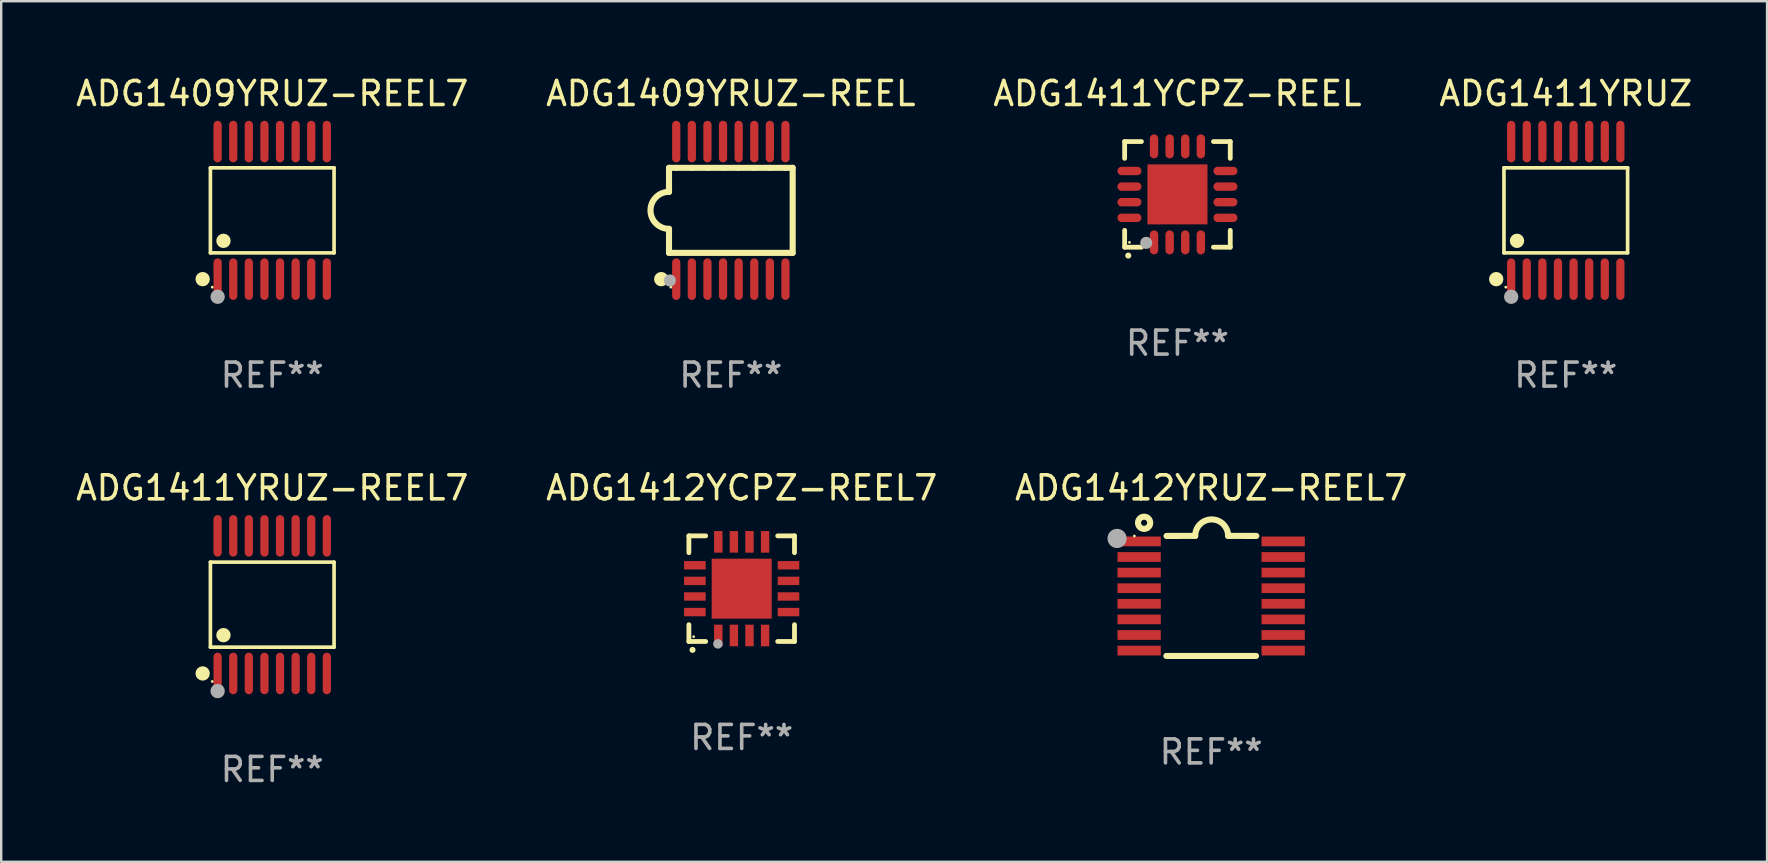
<source format=kicad_pcb>
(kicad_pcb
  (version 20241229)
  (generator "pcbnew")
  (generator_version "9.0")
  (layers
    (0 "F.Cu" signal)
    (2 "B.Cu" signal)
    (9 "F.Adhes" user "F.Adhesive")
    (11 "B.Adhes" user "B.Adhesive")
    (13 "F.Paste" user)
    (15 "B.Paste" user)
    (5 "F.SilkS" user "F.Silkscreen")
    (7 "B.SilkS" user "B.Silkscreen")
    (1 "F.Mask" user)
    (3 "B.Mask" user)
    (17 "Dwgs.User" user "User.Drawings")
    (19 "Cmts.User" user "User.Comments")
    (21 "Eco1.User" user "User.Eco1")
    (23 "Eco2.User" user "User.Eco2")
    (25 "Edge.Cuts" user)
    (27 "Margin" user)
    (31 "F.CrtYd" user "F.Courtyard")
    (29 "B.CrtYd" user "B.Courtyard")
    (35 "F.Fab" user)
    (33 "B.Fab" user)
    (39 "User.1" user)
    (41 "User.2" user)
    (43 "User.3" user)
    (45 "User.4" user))
  (footprint "ADG1412YRUZ-REEL7"
    (layer "F.Cu")
    (at 47.411 21.778)
    (property "Reference" "ADG1412YRUZ-REEL7" (at 0 -4.501 0) (layer "F.SilkS") (effects (font (size 1 1) (thickness 0.15))))
    (attr through_hole)
    (fp_line (start -1.868 2.501) (end 1.868 2.501) (stroke (width 0.254) (type solid)) (layer "F.SilkS"))
    (fp_line (start -1.86 -2.499) (end -0.666 -2.501) (stroke (width 0.254) (type solid)) (layer "F.SilkS"))
    (fp_line (start 0.706 -2.501) (end 1.88 -2.499) (stroke (width 0.254) (type solid)) (layer "F.SilkS"))
    (fp_arc (start -0.665914 -2.501448) (mid 0.019888 -3.18725) (end 0.70569 -2.501448) (stroke (width 0.254001) (type solid)) (layer "F.SilkS"))
    (fp_circle (center -3.2 -2.497) (end -3.17 -2.497) (stroke (width 0.06) (type solid)) (fill no) (layer "F.SilkS"))
    (fp_circle (center -2.794 -3.047) (end -2.54 -3.047) (stroke (width 0.254) (type solid)) (fill no) (layer "F.SilkS"))
    (fp_circle (center -3.921 -2.395) (end -3.721 -2.395) (stroke (width 0.4) (type solid)) (fill no) (layer "F.Fab"))
    (fp_text user "REF**" (at 0 6.501 0) (layer "F.Fab") (effects (font (size 1 1) (thickness 0.15))))
    (pad "1" smd rect (at -3 -2.272) (size 1.803 0.406) (layers "F.Cu" "F.Mask" "F.Paste"))
    (pad "2" smd rect (at -3 -1.622) (size 1.803 0.406) (layers "F.Cu" "F.Mask" "F.Paste"))
    (pad "3" smd rect (at -3 -0.972) (size 1.803 0.406) (layers "F.Cu" "F.Mask" "F.Paste"))
    (pad "4" smd rect (at -3 -0.322) (size 1.803 0.406) (layers "F.Cu" "F.Mask" "F.Paste"))
    (pad "5" smd rect (at -3 0.328) (size 1.803 0.406) (layers "F.Cu" "F.Mask" "F.Paste"))
    (pad "6" smd rect (at -3 0.978) (size 1.803 0.406) (layers "F.Cu" "F.Mask" "F.Paste"))
    (pad "7" smd rect (at -3 1.628) (size 1.803 0.406) (layers "F.Cu" "F.Mask" "F.Paste"))
    (pad "8" smd rect (at -3 2.278) (size 1.803 0.406) (layers "F.Cu" "F.Mask" "F.Paste"))
    (pad "9" smd rect (at 3 2.278) (size 1.803 0.406) (layers "F.Cu" "F.Mask" "F.Paste"))
    (pad "10" smd rect (at 3 1.628) (size 1.803 0.406) (layers "F.Cu" "F.Mask" "F.Paste"))
    (pad "11" smd rect (at 3 0.978) (size 1.803 0.406) (layers "F.Cu" "F.Mask" "F.Paste"))
    (pad "12" smd rect (at 3 0.328) (size 1.803 0.406) (layers "F.Cu" "F.Mask" "F.Paste"))
    (pad "13" smd rect (at 3 -0.322) (size 1.803 0.406) (layers "F.Cu" "F.Mask" "F.Paste"))
    (pad "14" smd rect (at 3 -0.972) (size 1.803 0.406) (layers "F.Cu" "F.Mask" "F.Paste"))
    (pad "15" smd rect (at 3 -1.622) (size 1.803 0.406) (layers "F.Cu" "F.Mask" "F.Paste"))
    (pad "16" smd rect (at 3 -2.272) (size 1.803 0.406) (layers "F.Cu" "F.Mask" "F.Paste")))
  (footprint "ADG1412YCPZ-REEL7"
    (layer "F.Cu")
    (at 27.851 21.476)
    (property "Reference" "ADG1412YCPZ-REEL7" (at 0 -4.2 0) (layer "F.SilkS") (effects (font (size 1 1) (thickness 0.15))))
    (attr through_hole)
    (fp_line (start -2.2 -2.2) (end -1.5 -2.2) (stroke (width 0.2) (type solid)) (layer "F.SilkS"))
    (fp_line (start -2.2 -1.5) (end -2.2 -2.2) (stroke (width 0.2) (type solid)) (layer "F.SilkS"))
    (fp_line (start -2.2 2.2) (end -2.2 1.5) (stroke (width 0.2) (type solid)) (layer "F.SilkS"))
    (fp_line (start -1.5 2.2) (end -2.2 2.2) (stroke (width 0.2) (type solid)) (layer "F.SilkS"))
    (fp_line (start 1.5 2.2) (end 2.2 2.2) (stroke (width 0.2) (type solid)) (layer "F.SilkS"))
    (fp_line (start 2.2 -2.2) (end 1.5 -2.2) (stroke (width 0.2) (type solid)) (layer "F.SilkS"))
    (fp_line (start 2.2 -1.5) (end 2.2 -2.2) (stroke (width 0.2) (type solid)) (layer "F.SilkS"))
    (fp_line (start 2.2 2.2) (end 2.2 1.5) (stroke (width 0.2) (type solid)) (layer "F.SilkS"))
    (fp_arc (start -2.049784 2.550165) (mid -2.048514 2.550159) (end -2.047244 2.550165) (stroke (width 0.25) (type solid)) (layer "F.SilkS"))
    (fp_circle (center -2 2) (end -1.97 2) (stroke (width 0.06) (type solid)) (fill no) (layer "F.SilkS"))
    (fp_circle (center -0.99 2.3) (end -0.89 2.3) (stroke (width 0.2) (type solid)) (fill no) (layer "F.Fab"))
    (fp_text user "REF**" (at 0 6.2 0) (layer "F.Fab") (effects (font (size 1 1) (thickness 0.15))))
    (pad "1" smd rect (at -0.975 1.95 180) (size 0.35 0.9) (layers "F.Cu" "F.Mask" "F.Paste"))
    (pad "2" smd rect (at -0.325 1.95 180) (size 0.35 0.9) (layers "F.Cu" "F.Mask" "F.Paste"))
    (pad "3" smd rect (at 0.325 1.95 180) (size 0.35 0.9) (layers "F.Cu" "F.Mask" "F.Paste"))
    (pad "4" smd rect (at 0.975 1.95 180) (size 0.35 0.9) (layers "F.Cu" "F.Mask" "F.Paste"))
    (pad "5" smd rect (at 1.95 0.975 90) (size 0.35 0.9) (layers "F.Cu" "F.Mask" "F.Paste"))
    (pad "6" smd rect (at 1.95 0.325 90) (size 0.35 0.9) (layers "F.Cu" "F.Mask" "F.Paste"))
    (pad "7" smd rect (at 1.95 -0.325 90) (size 0.35 0.9) (layers "F.Cu" "F.Mask" "F.Paste"))
    (pad "8" smd rect (at 1.95 -0.975 90) (size 0.35 0.9) (layers "F.Cu" "F.Mask" "F.Paste"))
    (pad "9" smd rect (at 0.975 -1.95 180) (size 0.35 0.9) (layers "F.Cu" "F.Mask" "F.Paste"))
    (pad "10" smd rect (at 0.325 -1.95 180) (size 0.35 0.9) (layers "F.Cu" "F.Mask" "F.Paste"))
    (pad "11" smd rect (at -0.325 -1.95 180) (size 0.35 0.9) (layers "F.Cu" "F.Mask" "F.Paste"))
    (pad "12" smd rect (at -0.975 -1.95 180) (size 0.35 0.9) (layers "F.Cu" "F.Mask" "F.Paste"))
    (pad "13" smd rect (at -1.95 -0.975 90) (size 0.35 0.9) (layers "F.Cu" "F.Mask" "F.Paste"))
    (pad "14" smd rect (at -1.95 -0.325 90) (size 0.35 0.9) (layers "F.Cu" "F.Mask" "F.Paste"))
    (pad "15" smd rect (at -1.95 0.325 90) (size 0.35 0.9) (layers "F.Cu" "F.Mask" "F.Paste"))
    (pad "16" smd rect (at -1.95 0.975 90) (size 0.35 0.9) (layers "F.Cu" "F.Mask" "F.Paste"))
    (pad "17" smd rect (at 0.000051 0.000051 90) (size 2.5 2.5) (layers "F.Cu" "F.Mask" "F.Paste")))
  (footprint "ADG1411YRUZ-REEL7"
    (layer "F.Cu")
    (at 8.292 22.142)
    (property "Reference" "ADG1411YRUZ-REEL7" (at 0 -4.866 0) (layer "F.SilkS") (effects (font (size 1 1) (thickness 0.15))))
    (attr through_hole)
    (fp_line (start -2.576 -1.772) (end 2.576 -1.772) (stroke (width 0.152) (type solid)) (layer "F.SilkS"))
    (fp_line (start -2.576 1.771) (end -2.576 -1.772) (stroke (width 0.152) (type solid)) (layer "F.SilkS"))
    (fp_line (start 2.576 -1.772) (end 2.576 1.771) (stroke (width 0.152) (type solid)) (layer "F.SilkS"))
    (fp_line (start 2.576 1.771) (end -2.576 1.771) (stroke (width 0.152) (type solid)) (layer "F.SilkS"))
    (fp_circle (center -2.899 2.866) (end -2.749 2.866) (stroke (width 0.3) (type solid)) (fill no) (layer "F.SilkS"))
    (fp_circle (center -2.5 3.2) (end -2.47 3.2) (stroke (width 0.06) (type solid)) (fill no) (layer "F.SilkS"))
    (fp_circle (center -2.032 1.27) (end -1.882 1.27) (stroke (width 0.3) (type solid)) (fill no) (layer "F.SilkS"))
    (fp_circle (center -2.275 3.6) (end -2.125 3.6) (stroke (width 0.3) (type solid)) (fill no) (layer "F.Fab"))
    (fp_text user "REF**" (at 0 6.866 0) (layer "F.Fab") (effects (font (size 1 1) (thickness 0.15))))
    (pad "1" smd oval (at -2.275 2.866) (size 0.343 1.731) (layers "F.Cu" "F.Mask" "F.Paste"))
    (pad "2" smd oval (at -1.625 2.866) (size 0.343 1.731) (layers "F.Cu" "F.Mask" "F.Paste"))
    (pad "3" smd oval (at -0.975 2.866) (size 0.343 1.731) (layers "F.Cu" "F.Mask" "F.Paste"))
    (pad "4" smd oval (at -0.325 2.866) (size 0.343 1.731) (layers "F.Cu" "F.Mask" "F.Paste"))
    (pad "5" smd oval (at 0.325 2.866) (size 0.343 1.731) (layers "F.Cu" "F.Mask" "F.Paste"))
    (pad "6" smd oval (at 0.975 2.866) (size 0.343 1.731) (layers "F.Cu" "F.Mask" "F.Paste"))
    (pad "7" smd oval (at 1.625 2.866) (size 0.343 1.731) (layers "F.Cu" "F.Mask" "F.Paste"))
    (pad "8" smd oval (at 2.275 2.866) (size 0.343 1.731) (layers "F.Cu" "F.Mask" "F.Paste"))
    (pad "9" smd oval (at 2.275 -2.866) (size 0.343 1.731) (layers "F.Cu" "F.Mask" "F.Paste"))
    (pad "10" smd oval (at 1.625 -2.866) (size 0.343 1.731) (layers "F.Cu" "F.Mask" "F.Paste"))
    (pad "11" smd oval (at 0.975 -2.866) (size 0.343 1.731) (layers "F.Cu" "F.Mask" "F.Paste"))
    (pad "12" smd oval (at 0.325 -2.866) (size 0.343 1.731) (layers "F.Cu" "F.Mask" "F.Paste"))
    (pad "13" smd oval (at -0.325 -2.866) (size 0.343 1.731) (layers "F.Cu" "F.Mask" "F.Paste"))
    (pad "14" smd oval (at -0.975 -2.866) (size 0.343 1.731) (layers "F.Cu" "F.Mask" "F.Paste"))
    (pad "15" smd oval (at -1.625 -2.866) (size 0.343 1.731) (layers "F.Cu" "F.Mask" "F.Paste"))
    (pad "16" smd oval (at -2.275 -2.866) (size 0.343 1.731) (layers "F.Cu" "F.Mask" "F.Paste")))
  (footprint "ADG1411YCPZ-REEL"
    (layer "F.Cu")
    (at 46.006 5.048)
    (property "Reference" "ADG1411YCPZ-REEL" (at 0 -4.2 0) (layer "F.SilkS") (effects (font (size 1 1) (thickness 0.15))))
    (attr through_hole)
    (fp_line (start -2.2 -2.2) (end -1.5 -2.2) (stroke (width 0.2) (type solid)) (layer "F.SilkS"))
    (fp_line (start -2.2 -1.5) (end -2.2 -2.2) (stroke (width 0.2) (type solid)) (layer "F.SilkS"))
    (fp_line (start -2.2 2.2) (end -2.2 1.5) (stroke (width 0.2) (type solid)) (layer "F.SilkS"))
    (fp_line (start -1.5 2.2) (end -2.2 2.2) (stroke (width 0.2) (type solid)) (layer "F.SilkS"))
    (fp_line (start 1.5 2.2) (end 2.2 2.2) (stroke (width 0.2) (type solid)) (layer "F.SilkS"))
    (fp_line (start 2.2 -2.2) (end 1.5 -2.2) (stroke (width 0.2) (type solid)) (layer "F.SilkS"))
    (fp_line (start 2.2 -1.5) (end 2.2 -2.2) (stroke (width 0.2) (type solid)) (layer "F.SilkS"))
    (fp_line (start 2.2 2.2) (end 2.2 1.5) (stroke (width 0.2) (type solid)) (layer "F.SilkS"))
    (fp_arc (start -2.049784 2.550165) (mid -2.048514 2.550159) (end -2.047244 2.550165) (stroke (width 0.25) (type solid)) (layer "F.SilkS"))
    (fp_circle (center -2 2) (end -1.97 2) (stroke (width 0.06) (type solid)) (fill no) (layer "F.SilkS"))
    (fp_circle (center -1.3 2.02) (end -1.173 2.02) (stroke (width 0.254) (type solid)) (fill no) (layer "F.Fab"))
    (fp_text user "REF**" (at 0 6.2 0) (layer "F.Fab") (effects (font (size 1 1) (thickness 0.15))))
    (pad "1" smd oval (at -0.975 2 180) (size 0.35 1) (layers "F.Cu" "F.Mask" "F.Paste"))
    (pad "2" smd oval (at -0.325 2 180) (size 0.35 1) (layers "F.Cu" "F.Mask" "F.Paste"))
    (pad "3" smd oval (at 0.325 2 180) (size 0.35 1) (layers "F.Cu" "F.Mask" "F.Paste"))
    (pad "4" smd oval (at 0.975 2 180) (size 0.35 1) (layers "F.Cu" "F.Mask" "F.Paste"))
    (pad "5" smd oval (at 2 0.975 90) (size 0.35 1) (layers "F.Cu" "F.Mask" "F.Paste"))
    (pad "6" smd oval (at 2 0.325 90) (size 0.35 1) (layers "F.Cu" "F.Mask" "F.Paste"))
    (pad "7" smd oval (at 2 -0.325 90) (size 0.35 1) (layers "F.Cu" "F.Mask" "F.Paste"))
    (pad "8" smd oval (at 2 -0.975 90) (size 0.35 1) (layers "F.Cu" "F.Mask" "F.Paste"))
    (pad "9" smd oval (at 0.975 -2 180) (size 0.35 1) (layers "F.Cu" "F.Mask" "F.Paste"))
    (pad "10" smd oval (at 0.325 -2 180) (size 0.35 1) (layers "F.Cu" "F.Mask" "F.Paste"))
    (pad "11" smd oval (at -0.325 -2 180) (size 0.35 1) (layers "F.Cu" "F.Mask" "F.Paste"))
    (pad "12" smd oval (at -0.975 -2 180) (size 0.35 1) (layers "F.Cu" "F.Mask" "F.Paste"))
    (pad "13" smd oval (at -2 -0.975 90) (size 0.35 1) (layers "F.Cu" "F.Mask" "F.Paste"))
    (pad "14" smd oval (at -2 -0.325 90) (size 0.35 1) (layers "F.Cu" "F.Mask" "F.Paste"))
    (pad "15" smd oval (at -2 0.325 90) (size 0.35 1) (layers "F.Cu" "F.Mask" "F.Paste"))
    (pad "16" smd oval (at -2 0.975 90) (size 0.35 1) (layers "F.Cu" "F.Mask" "F.Paste"))
    (pad "17" smd rect (at 0.000051 0.000051 90) (size 2.5 2.5) (layers "F.Cu" "F.Mask" "F.Paste")))
  (footprint "ADG1409YRUZ-REEL7"
    (layer "F.Cu")
    (at 8.292 5.714)
    (property "Reference" "ADG1409YRUZ-REEL7" (at 0 -4.866 0) (layer "F.SilkS") (effects (font (size 1 1) (thickness 0.15))))
    (attr through_hole)
    (fp_line (start -2.576 -1.772) (end 2.576 -1.772) (stroke (width 0.152) (type solid)) (layer "F.SilkS"))
    (fp_line (start -2.576 1.771) (end -2.576 -1.772) (stroke (width 0.152) (type solid)) (layer "F.SilkS"))
    (fp_line (start 2.576 -1.772) (end 2.576 1.771) (stroke (width 0.152) (type solid)) (layer "F.SilkS"))
    (fp_line (start 2.576 1.771) (end -2.576 1.771) (stroke (width 0.152) (type solid)) (layer "F.SilkS"))
    (fp_circle (center -2.899 2.866) (end -2.749 2.866) (stroke (width 0.3) (type solid)) (fill no) (layer "F.SilkS"))
    (fp_circle (center -2.5 3.2) (end -2.47 3.2) (stroke (width 0.06) (type solid)) (fill no) (layer "F.SilkS"))
    (fp_circle (center -2.032 1.27) (end -1.882 1.27) (stroke (width 0.3) (type solid)) (fill no) (layer "F.SilkS"))
    (fp_circle (center -2.275 3.6) (end -2.125 3.6) (stroke (width 0.3) (type solid)) (fill no) (layer "F.Fab"))
    (fp_text user "REF**" (at 0 6.866 0) (layer "F.Fab") (effects (font (size 1 1) (thickness 0.15))))
    (pad "1" smd oval (at -2.275 2.866) (size 0.343 1.731) (layers "F.Cu" "F.Mask" "F.Paste"))
    (pad "2" smd oval (at -1.625 2.866) (size 0.343 1.731) (layers "F.Cu" "F.Mask" "F.Paste"))
    (pad "3" smd oval (at -0.975 2.866) (size 0.343 1.731) (layers "F.Cu" "F.Mask" "F.Paste"))
    (pad "4" smd oval (at -0.325 2.866) (size 0.343 1.731) (layers "F.Cu" "F.Mask" "F.Paste"))
    (pad "5" smd oval (at 0.325 2.866) (size 0.343 1.731) (layers "F.Cu" "F.Mask" "F.Paste"))
    (pad "6" smd oval (at 0.975 2.866) (size 0.343 1.731) (layers "F.Cu" "F.Mask" "F.Paste"))
    (pad "7" smd oval (at 1.625 2.866) (size 0.343 1.731) (layers "F.Cu" "F.Mask" "F.Paste"))
    (pad "8" smd oval (at 2.275 2.866) (size 0.343 1.731) (layers "F.Cu" "F.Mask" "F.Paste"))
    (pad "9" smd oval (at 2.275 -2.866) (size 0.343 1.731) (layers "F.Cu" "F.Mask" "F.Paste"))
    (pad "10" smd oval (at 1.625 -2.866) (size 0.343 1.731) (layers "F.Cu" "F.Mask" "F.Paste"))
    (pad "11" smd oval (at 0.975 -2.866) (size 0.343 1.731) (layers "F.Cu" "F.Mask" "F.Paste"))
    (pad "12" smd oval (at 0.325 -2.866) (size 0.343 1.731) (layers "F.Cu" "F.Mask" "F.Paste"))
    (pad "13" smd oval (at -0.325 -2.866) (size 0.343 1.731) (layers "F.Cu" "F.Mask" "F.Paste"))
    (pad "14" smd oval (at -0.975 -2.866) (size 0.343 1.731) (layers "F.Cu" "F.Mask" "F.Paste"))
    (pad "15" smd oval (at -1.625 -2.866) (size 0.343 1.731) (layers "F.Cu" "F.Mask" "F.Paste"))
    (pad "16" smd oval (at -2.275 -2.866) (size 0.343 1.731) (layers "F.Cu" "F.Mask" "F.Paste")))
  (footprint "ADG1411YRUZ"
    (layer "F.Cu")
    (at 62.185 5.714)
    (property "Reference" "ADG1411YRUZ" (at 0 -4.866 0) (layer "F.SilkS") (effects (font (size 1 1) (thickness 0.15))))
    (attr through_hole)
    (fp_line (start -2.576 -1.772) (end 2.576 -1.772) (stroke (width 0.152) (type solid)) (layer "F.SilkS"))
    (fp_line (start -2.576 1.771) (end -2.576 -1.772) (stroke (width 0.152) (type solid)) (layer "F.SilkS"))
    (fp_line (start 2.576 -1.772) (end 2.576 1.771) (stroke (width 0.152) (type solid)) (layer "F.SilkS"))
    (fp_line (start 2.576 1.771) (end -2.576 1.771) (stroke (width 0.152) (type solid)) (layer "F.SilkS"))
    (fp_circle (center -2.899 2.866) (end -2.749 2.866) (stroke (width 0.3) (type solid)) (fill no) (layer "F.SilkS"))
    (fp_circle (center -2.5 3.2) (end -2.47 3.2) (stroke (width 0.06) (type solid)) (fill no) (layer "F.SilkS"))
    (fp_circle (center -2.032 1.27) (end -1.882 1.27) (stroke (width 0.3) (type solid)) (fill no) (layer "F.SilkS"))
    (fp_circle (center -2.275 3.6) (end -2.125 3.6) (stroke (width 0.3) (type solid)) (fill no) (layer "F.Fab"))
    (fp_text user "REF**" (at 0 6.866 0) (layer "F.Fab") (effects (font (size 1 1) (thickness 0.15))))
    (pad "1" smd oval (at -2.275 2.866) (size 0.343 1.731) (layers "F.Cu" "F.Mask" "F.Paste"))
    (pad "2" smd oval (at -1.625 2.866) (size 0.343 1.731) (layers "F.Cu" "F.Mask" "F.Paste"))
    (pad "3" smd oval (at -0.975 2.866) (size 0.343 1.731) (layers "F.Cu" "F.Mask" "F.Paste"))
    (pad "4" smd oval (at -0.325 2.866) (size 0.343 1.731) (layers "F.Cu" "F.Mask" "F.Paste"))
    (pad "5" smd oval (at 0.325 2.866) (size 0.343 1.731) (layers "F.Cu" "F.Mask" "F.Paste"))
    (pad "6" smd oval (at 0.975 2.866) (size 0.343 1.731) (layers "F.Cu" "F.Mask" "F.Paste"))
    (pad "7" smd oval (at 1.625 2.866) (size 0.343 1.731) (layers "F.Cu" "F.Mask" "F.Paste"))
    (pad "8" smd oval (at 2.275 2.866) (size 0.343 1.731) (layers "F.Cu" "F.Mask" "F.Paste"))
    (pad "9" smd oval (at 2.275 -2.866) (size 0.343 1.731) (layers "F.Cu" "F.Mask" "F.Paste"))
    (pad "10" smd oval (at 1.625 -2.866) (size 0.343 1.731) (layers "F.Cu" "F.Mask" "F.Paste"))
    (pad "11" smd oval (at 0.975 -2.866) (size 0.343 1.731) (layers "F.Cu" "F.Mask" "F.Paste"))
    (pad "12" smd oval (at 0.325 -2.866) (size 0.343 1.731) (layers "F.Cu" "F.Mask" "F.Paste"))
    (pad "13" smd oval (at -0.325 -2.866) (size 0.343 1.731) (layers "F.Cu" "F.Mask" "F.Paste"))
    (pad "14" smd oval (at -0.975 -2.866) (size 0.343 1.731) (layers "F.Cu" "F.Mask" "F.Paste"))
    (pad "15" smd oval (at -1.625 -2.866) (size 0.343 1.731) (layers "F.Cu" "F.Mask" "F.Paste"))
    (pad "16" smd oval (at -2.275 -2.866) (size 0.343 1.731) (layers "F.Cu" "F.Mask" "F.Paste")))
  (footprint "ADG1409YRUZ-REEL"
    (layer "F.Cu")
    (at 27.399 5.714)
    (property "Reference" "ADG1409YRUZ-REEL" (at 0 -4.866 0) (layer "F.SilkS") (effects (font (size 1 1) (thickness 0.15))))
    (attr through_hole)
    (fp_line (start -2.576 -1.771) (end -2.576 -0.771) (stroke (width 0.254) (type solid)) (layer "F.SilkS"))
    (fp_line (start -2.576 -1.771) (end -2.289 -1.771) (stroke (width 0.254) (type solid)) (layer "F.SilkS"))
    (fp_line (start -2.576 1.771) (end -2.576 0.771) (stroke (width 0.254) (type solid)) (layer "F.SilkS"))
    (fp_line (start -2.261 -1.771) (end -1.639 -1.771) (stroke (width 0.254) (type solid)) (layer "F.SilkS"))
    (fp_line (start -1.612 -1.771) (end -0.989 -1.771) (stroke (width 0.254) (type solid)) (layer "F.SilkS"))
    (fp_line (start -0.962 -1.771) (end -0.338 -1.771) (stroke (width 0.254) (type solid)) (layer "F.SilkS"))
    (fp_line (start -0.311 -1.771) (end 0.312 -1.771) (stroke (width 0.254) (type solid)) (layer "F.SilkS"))
    (fp_line (start 0.339 -1.771) (end 0.962 -1.771) (stroke (width 0.254) (type solid)) (layer "F.SilkS"))
    (fp_line (start 0.989 -1.771) (end 1.612 -1.771) (stroke (width 0.254) (type solid)) (layer "F.SilkS"))
    (fp_line (start 1.639 -1.771) (end 2.261 -1.771) (stroke (width 0.254) (type solid)) (layer "F.SilkS"))
    (fp_line (start 2.289 -1.771) (end 2.576 -1.771) (stroke (width 0.254) (type solid)) (layer "F.SilkS"))
    (fp_line (start 2.576 -1.771) (end 2.576 1.771) (stroke (width 0.254) (type solid)) (layer "F.SilkS"))
    (fp_line (start 2.576 1.771) (end -2.576 1.771) (stroke (width 0.254) (type solid)) (layer "F.SilkS"))
    (fp_arc (start -2.576226 0.7714) (mid -3.346889 -0.000648) (end -2.575311 -0.771781) (stroke (width 0.254001) (type solid)) (layer "F.SilkS"))
    (fp_circle (center -2.899 2.866) (end -2.749 2.866) (stroke (width 0.3) (type solid)) (fill no) (layer "F.SilkS"))
    (fp_circle (center -2.5 3.2) (end -2.47 3.2) (stroke (width 0.06) (type solid)) (fill no) (layer "F.SilkS"))
    (fp_circle (center -2.54 2.921) (end -2.413 2.921) (stroke (width 0.254) (type solid)) (fill no) (layer "F.Fab"))
    (fp_text user "REF**" (at 0 6.866 0) (layer "F.Fab") (effects (font (size 1 1) (thickness 0.15))))
    (pad "1" smd oval (at -2.275 2.866) (size 0.343 1.731) (layers "F.Cu" "F.Mask" "F.Paste"))
    (pad "2" smd oval (at -1.625 2.866) (size 0.343 1.731) (layers "F.Cu" "F.Mask" "F.Paste"))
    (pad "3" smd oval (at -0.975 2.866) (size 0.343 1.731) (layers "F.Cu" "F.Mask" "F.Paste"))
    (pad "4" smd oval (at -0.325 2.866) (size 0.343 1.731) (layers "F.Cu" "F.Mask" "F.Paste"))
    (pad "5" smd oval (at 0.325 2.866) (size 0.343 1.731) (layers "F.Cu" "F.Mask" "F.Paste"))
    (pad "6" smd oval (at 0.975 2.866) (size 0.343 1.731) (layers "F.Cu" "F.Mask" "F.Paste"))
    (pad "7" smd oval (at 1.625 2.866) (size 0.343 1.731) (layers "F.Cu" "F.Mask" "F.Paste"))
    (pad "8" smd oval (at 2.275 2.866) (size 0.343 1.731) (layers "F.Cu" "F.Mask" "F.Paste"))
    (pad "9" smd oval (at 2.275 -2.866) (size 0.343 1.731) (layers "F.Cu" "F.Mask" "F.Paste"))
    (pad "10" smd oval (at 1.625 -2.866) (size 0.343 1.731) (layers "F.Cu" "F.Mask" "F.Paste"))
    (pad "11" smd oval (at 0.975 -2.866) (size 0.343 1.731) (layers "F.Cu" "F.Mask" "F.Paste"))
    (pad "12" smd oval (at 0.325 -2.866) (size 0.343 1.731) (layers "F.Cu" "F.Mask" "F.Paste"))
    (pad "13" smd oval (at -0.325 -2.866) (size 0.343 1.731) (layers "F.Cu" "F.Mask" "F.Paste"))
    (pad "14" smd oval (at -0.975 -2.866) (size 0.343 1.731) (layers "F.Cu" "F.Mask" "F.Paste"))
    (pad "15" smd oval (at -1.625 -2.866) (size 0.343 1.731) (layers "F.Cu" "F.Mask" "F.Paste"))
    (pad "16" smd oval (at -2.275 -2.866) (size 0.343 1.731) (layers "F.Cu" "F.Mask" "F.Paste")))
  (gr_rect
    (start -3 -3)
    (end 70.571 32.856)
    (stroke (width 0.1) (type default))
    (fill no)
    (layer "Edge.Cuts")))
</source>
